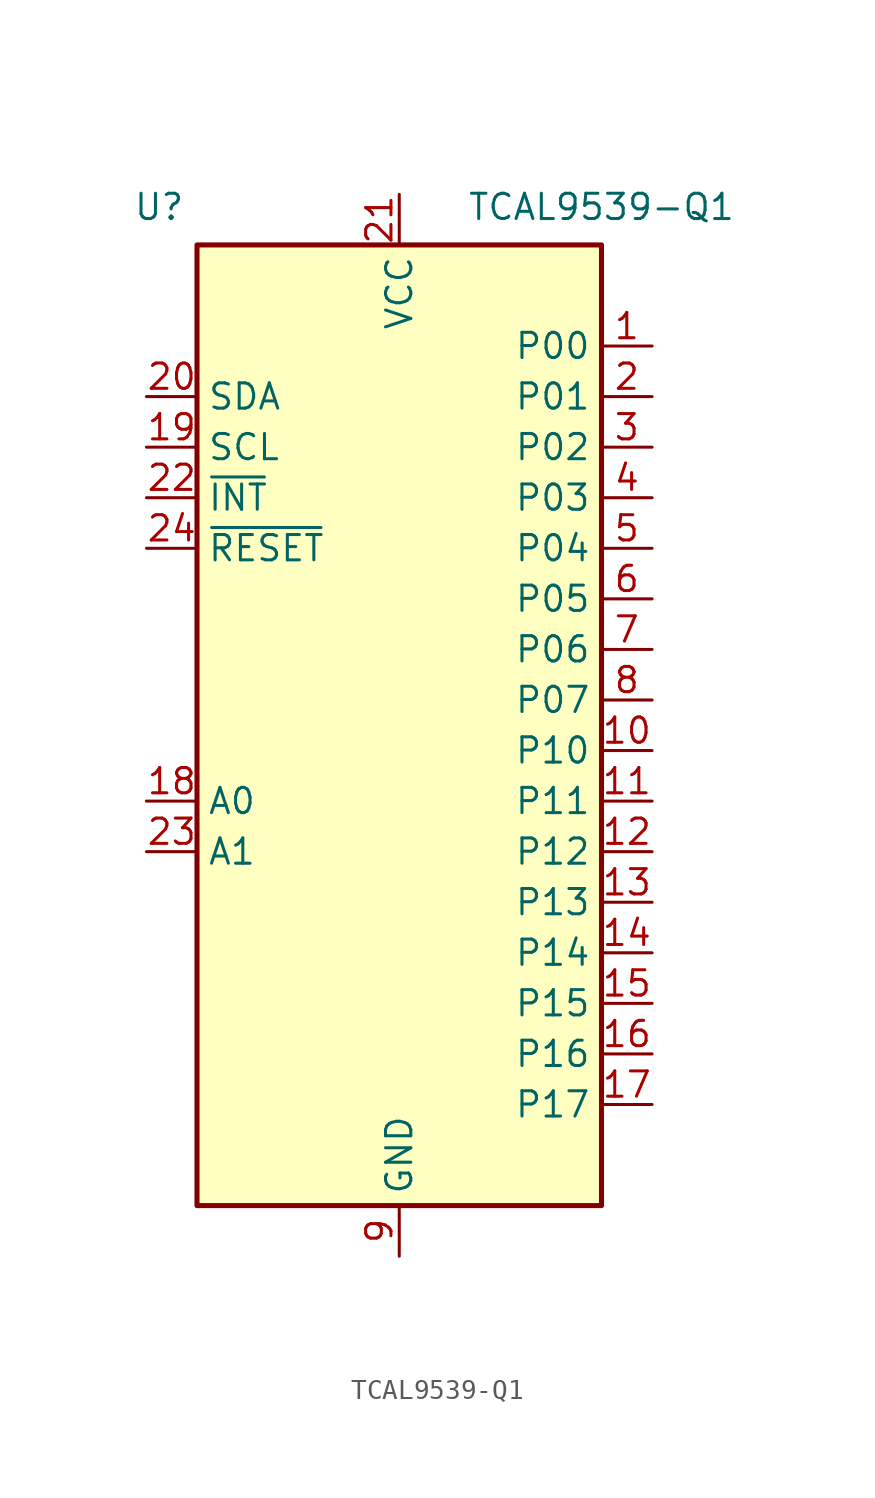
<source format=kicad_sym>
(kicad_symbol_lib
  (version 20220914)
  (generator kicad_symbol_editor)
  (symbol "TCAL9539-Q1"
    (property "Reference" "U"
      (at -12.065 24.765 0)
      (effects (font (size 1.27 1.27))))
    (property "Value" "TCAL9539-Q1"
      (at 10.16 24.765 0)
      (effects (font (size 1.27 1.27))))
    (symbol "TCAL9539-Q1_0_0"
      (pin bidirectional line (at 12.7 17.78 180) (length 2.54) (name "P00" (effects (font (size 1.27 1.27)))) (number "1" (effects (font (size 1.27 1.27)))))
      (pin bidirectional line (at 12.7 -2.54 180) (length 2.54) (name "P10" (effects (font (size 1.27 1.27)))) (number "10" (effects (font (size 1.27 1.27)))))
      (pin bidirectional line (at 12.7 -5.08 180) (length 2.54) (name "P11" (effects (font (size 1.27 1.27)))) (number "11" (effects (font (size 1.27 1.27)))))
      (pin bidirectional line (at 12.7 -7.62 180) (length 2.54) (name "P12" (effects (font (size 1.27 1.27)))) (number "12" (effects (font (size 1.27 1.27)))))
      (pin bidirectional line (at 12.7 -10.16 180) (length 2.54) (name "P13" (effects (font (size 1.27 1.27)))) (number "13" (effects (font (size 1.27 1.27)))))
      (pin bidirectional line (at 12.7 -12.7 180) (length 2.54) (name "P14" (effects (font (size 1.27 1.27)))) (number "14" (effects (font (size 1.27 1.27)))))
      (pin bidirectional line (at 12.7 -15.24 180) (length 2.54) (name "P15" (effects (font (size 1.27 1.27)))) (number "15" (effects (font (size 1.27 1.27)))))
      (pin bidirectional line (at 12.7 -17.78 180) (length 2.54) (name "P16" (effects (font (size 1.27 1.27)))) (number "16" (effects (font (size 1.27 1.27)))))
      (pin bidirectional line (at 12.7 -20.32 180) (length 2.54) (name "P17" (effects (font (size 1.27 1.27)))) (number "17" (effects (font (size 1.27 1.27)))))
      (pin input line (at -12.7 -5.08 0) (length 2.54) (name "A0" (effects (font (size 1.27 1.27)))) (number "18" (effects (font (size 1.27 1.27)))))
      (pin input line (at -12.7 12.7 0) (length 2.54) (name "SCL" (effects (font (size 1.27 1.27)))) (number "19" (effects (font (size 1.27 1.27)))))
      (pin bidirectional line (at 12.7 15.24 180) (length 2.54) (name "P01" (effects (font (size 1.27 1.27)))) (number "2" (effects (font (size 1.27 1.27)))))
      (pin bidirectional line (at -12.7 15.24 0) (length 2.54) (name "SDA" (effects (font (size 1.27 1.27)))) (number "20" (effects (font (size 1.27 1.27)))))
      (pin power_in line (at 0 25.4 270) (length 2.54) (name "VCC" (effects (font (size 1.27 1.27)))) (number "21" (effects (font (size 1.27 1.27)))))
      (pin output line (at -12.7 10.16 0) (length 2.54) (name "~{INT}" (effects (font (size 1.27 1.27)))) (number "22" (effects (font (size 1.27 1.27)))))
      (pin input line (at -12.7 -7.62 0) (length 2.54) (name "A1" (effects (font (size 1.27 1.27)))) (number "23" (effects (font (size 1.27 1.27)))))
      (pin input line (at -12.7 7.62 0) (length 2.54) (name "~{RESET}" (effects (font (size 1.27 1.27)))) (number "24" (effects (font (size 1.27 1.27)))))
      (pin bidirectional line (at 12.7 12.7 180) (length 2.54) (name "P02" (effects (font (size 1.27 1.27)))) (number "3" (effects (font (size 1.27 1.27)))))
      (pin input line (at 12.7 10.16 180) (length 2.54) (name "P03" (effects (font (size 1.27 1.27)))) (number "4" (effects (font (size 1.27 1.27)))))
      (pin bidirectional line (at 12.7 7.62 180) (length 2.54) (name "P04" (effects (font (size 1.27 1.27)))) (number "5" (effects (font (size 1.27 1.27)))))
      (pin bidirectional line (at 12.7 5.08 180) (length 2.54) (name "P05" (effects (font (size 1.27 1.27)))) (number "6" (effects (font (size 1.27 1.27)))))
      (pin bidirectional line (at 12.7 2.54 180) (length 2.54) (name "P06" (effects (font (size 1.27 1.27)))) (number "7" (effects (font (size 1.27 1.27)))))
      (pin bidirectional line (at 12.7 0 180) (length 2.54) (name "P07" (effects (font (size 1.27 1.27)))) (number "8" (effects (font (size 1.27 1.27)))))
      (pin power_in line (at 0 -27.94 90) (length 2.54) (name "GND" (effects (font (size 1.27 1.27)))) (number "9" (effects (font (size 1.27 1.27))))))
    (symbol "TCAL9539-Q1_1_0"
      (pin power_in line (at 0 -27.94 90) (length 2.54) hide (name "GND" (effects (font (size 1.27 1.27)))) (number "25" (effects (font (size 1.27 1.27))))))
    (symbol "TCAL9539-Q1_1_1"
      (rectangle (start -10.16 22.86) (end 10.16 -25.4) (stroke (width 0.254) (type default)) (fill (type background))))))
</source>
